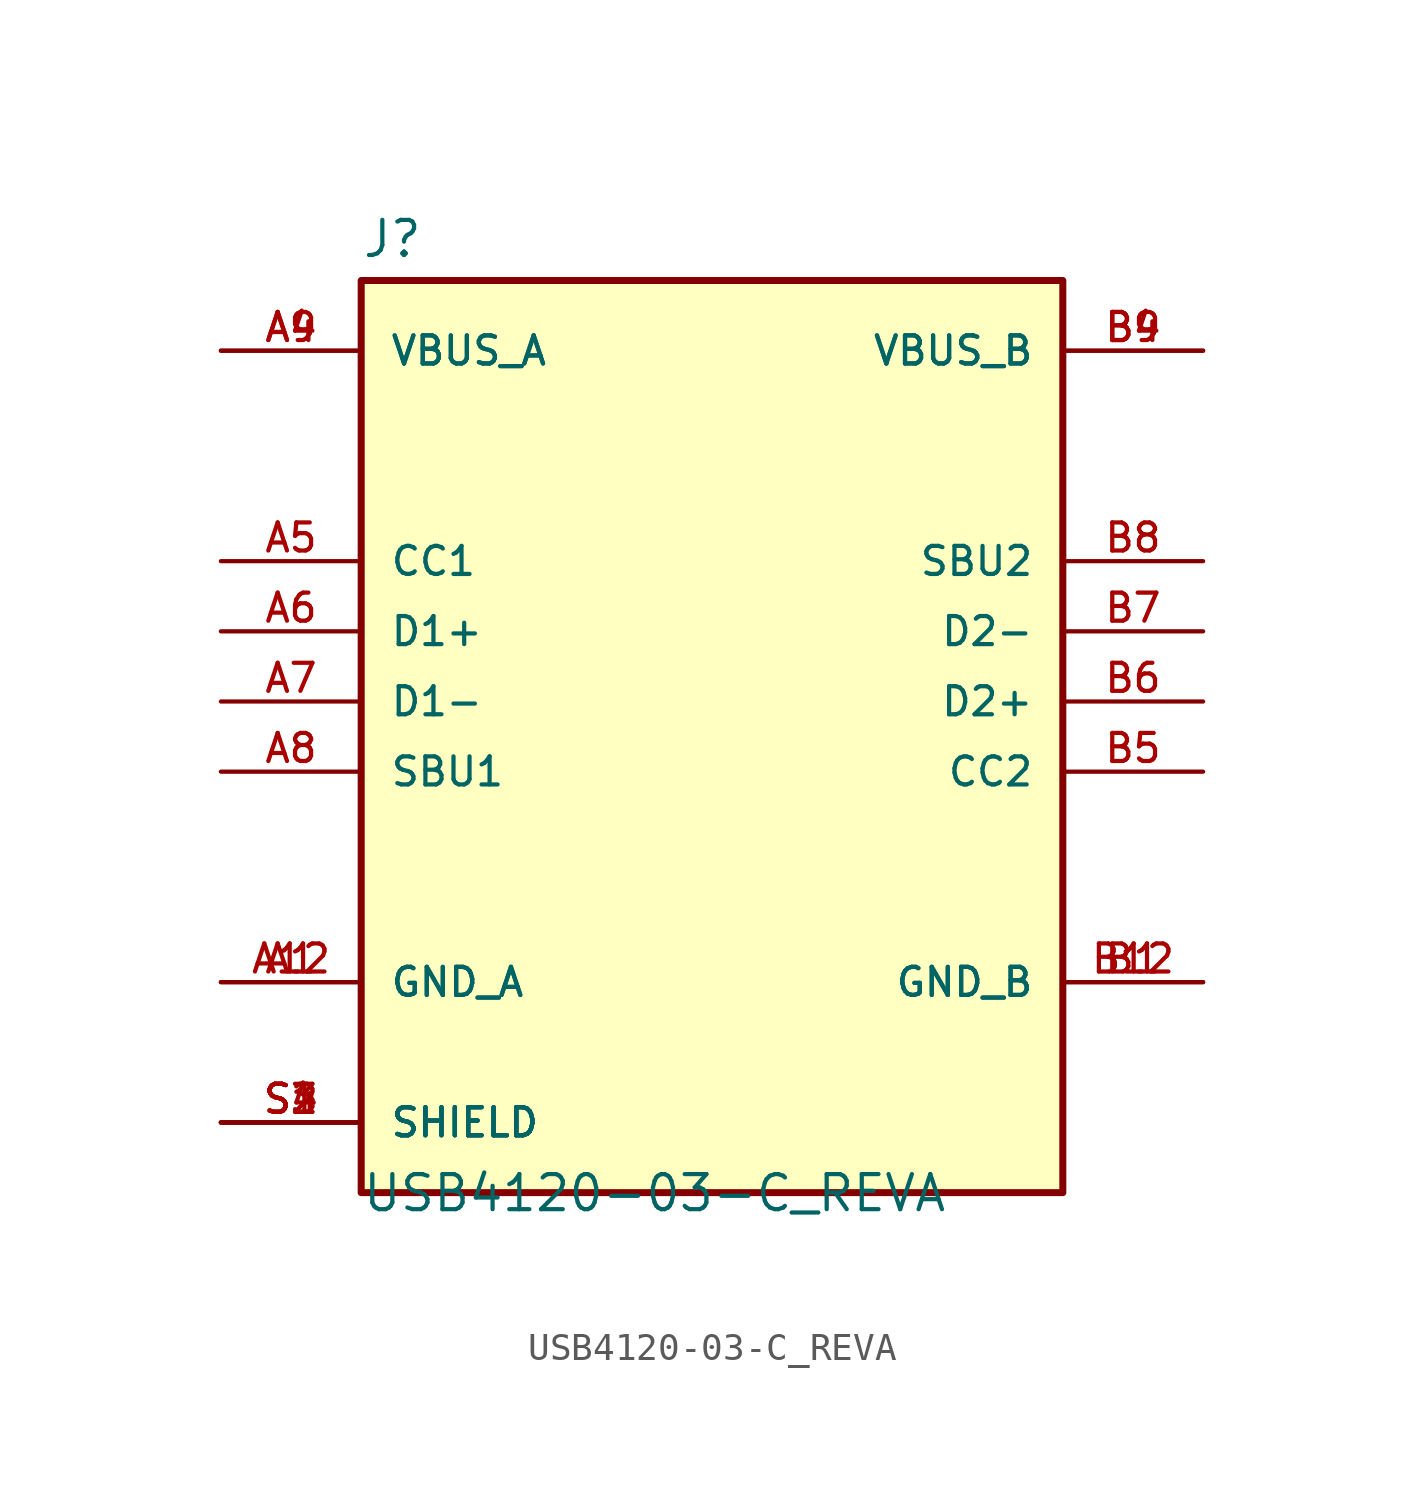
<source format=kicad_sym>
(kicad_symbol_lib
  (version 20211014)
  (generator kicad_symbol_editor)
  (symbol "USB4120-03-C_REVA"
    (pin_names
      (offset 1.016))
    (property "Reference" "J"
      (at -12.7 16.002 0)
      (effects (font (size 1.27 1.27)) (justify left bottom)))
    (property "Value" "USB4120-03-C_REVA"
      (at -12.7 -18.542 0)
      (effects (font (size 1.27 1.27)) (justify left bottom)))
    (property "ki_locked" ""
      (at 0 0 0)
      (effects (font (size 1.27 1.27))))
    (symbol "USB4120-03-C_REVA_0_0"
      (rectangle (start -12.7 -17.78) (end 12.7 15.24) (stroke (width 0.254) (type default) (color 0 0 0 0)) (fill (type background)))
      (pin power_in line (at -17.78 -10.16 0) (length 5.08) (name "GND_A" (effects (font (size 1.016 1.016)))) (number "A1" (effects (font (size 1.016 1.016)))))
      (pin power_in line (at -17.78 -10.16 0) (length 5.08) (name "GND_A" (effects (font (size 1.016 1.016)))) (number "A12" (effects (font (size 1.016 1.016)))))
      (pin power_in line (at -17.78 12.7 0) (length 5.08) (name "VBUS_A" (effects (font (size 1.016 1.016)))) (number "A4" (effects (font (size 1.016 1.016)))))
      (pin bidirectional line (at -17.78 5.08 0) (length 5.08) (name "CC1" (effects (font (size 1.016 1.016)))) (number "A5" (effects (font (size 1.016 1.016)))))
      (pin bidirectional line (at -17.78 2.54 0) (length 5.08) (name "D1+" (effects (font (size 1.016 1.016)))) (number "A6" (effects (font (size 1.016 1.016)))))
      (pin bidirectional line (at -17.78 0 0) (length 5.08) (name "D1-" (effects (font (size 1.016 1.016)))) (number "A7" (effects (font (size 1.016 1.016)))))
      (pin bidirectional line (at -17.78 -2.54 0) (length 5.08) (name "SBU1" (effects (font (size 1.016 1.016)))) (number "A8" (effects (font (size 1.016 1.016)))))
      (pin power_in line (at -17.78 12.7 0) (length 5.08) (name "VBUS_A" (effects (font (size 1.016 1.016)))) (number "A9" (effects (font (size 1.016 1.016)))))
      (pin power_in line (at 17.78 -10.16 180) (length 5.08) (name "GND_B" (effects (font (size 1.016 1.016)))) (number "B1" (effects (font (size 1.016 1.016)))))
      (pin power_in line (at 17.78 -10.16 180) (length 5.08) (name "GND_B" (effects (font (size 1.016 1.016)))) (number "B12" (effects (font (size 1.016 1.016)))))
      (pin power_in line (at 17.78 12.7 180) (length 5.08) (name "VBUS_B" (effects (font (size 1.016 1.016)))) (number "B4" (effects (font (size 1.016 1.016)))))
      (pin bidirectional line (at 17.78 -2.54 180) (length 5.08) (name "CC2" (effects (font (size 1.016 1.016)))) (number "B5" (effects (font (size 1.016 1.016)))))
      (pin bidirectional line (at 17.78 0 180) (length 5.08) (name "D2+" (effects (font (size 1.016 1.016)))) (number "B6" (effects (font (size 1.016 1.016)))))
      (pin bidirectional line (at 17.78 2.54 180) (length 5.08) (name "D2-" (effects (font (size 1.016 1.016)))) (number "B7" (effects (font (size 1.016 1.016)))))
      (pin bidirectional line (at 17.78 5.08 180) (length 5.08) (name "SBU2" (effects (font (size 1.016 1.016)))) (number "B8" (effects (font (size 1.016 1.016)))))
      (pin power_in line (at 17.78 12.7 180) (length 5.08) (name "VBUS_B" (effects (font (size 1.016 1.016)))) (number "B9" (effects (font (size 1.016 1.016)))))
      (pin passive line (at -17.78 -15.24 0) (length 5.08) (name "SHIELD" (effects (font (size 1.016 1.016)))) (number "S1" (effects (font (size 1.016 1.016)))))
      (pin passive line (at -17.78 -15.24 0) (length 5.08) (name "SHIELD" (effects (font (size 1.016 1.016)))) (number "S2" (effects (font (size 1.016 1.016)))))
      (pin passive line (at -17.78 -15.24 0) (length 5.08) (name "SHIELD" (effects (font (size 1.016 1.016)))) (number "S3" (effects (font (size 1.016 1.016)))))
      (pin passive line (at -17.78 -15.24 0) (length 5.08) (name "SHIELD" (effects (font (size 1.016 1.016)))) (number "S4" (effects (font (size 1.016 1.016))))))))
</source>
